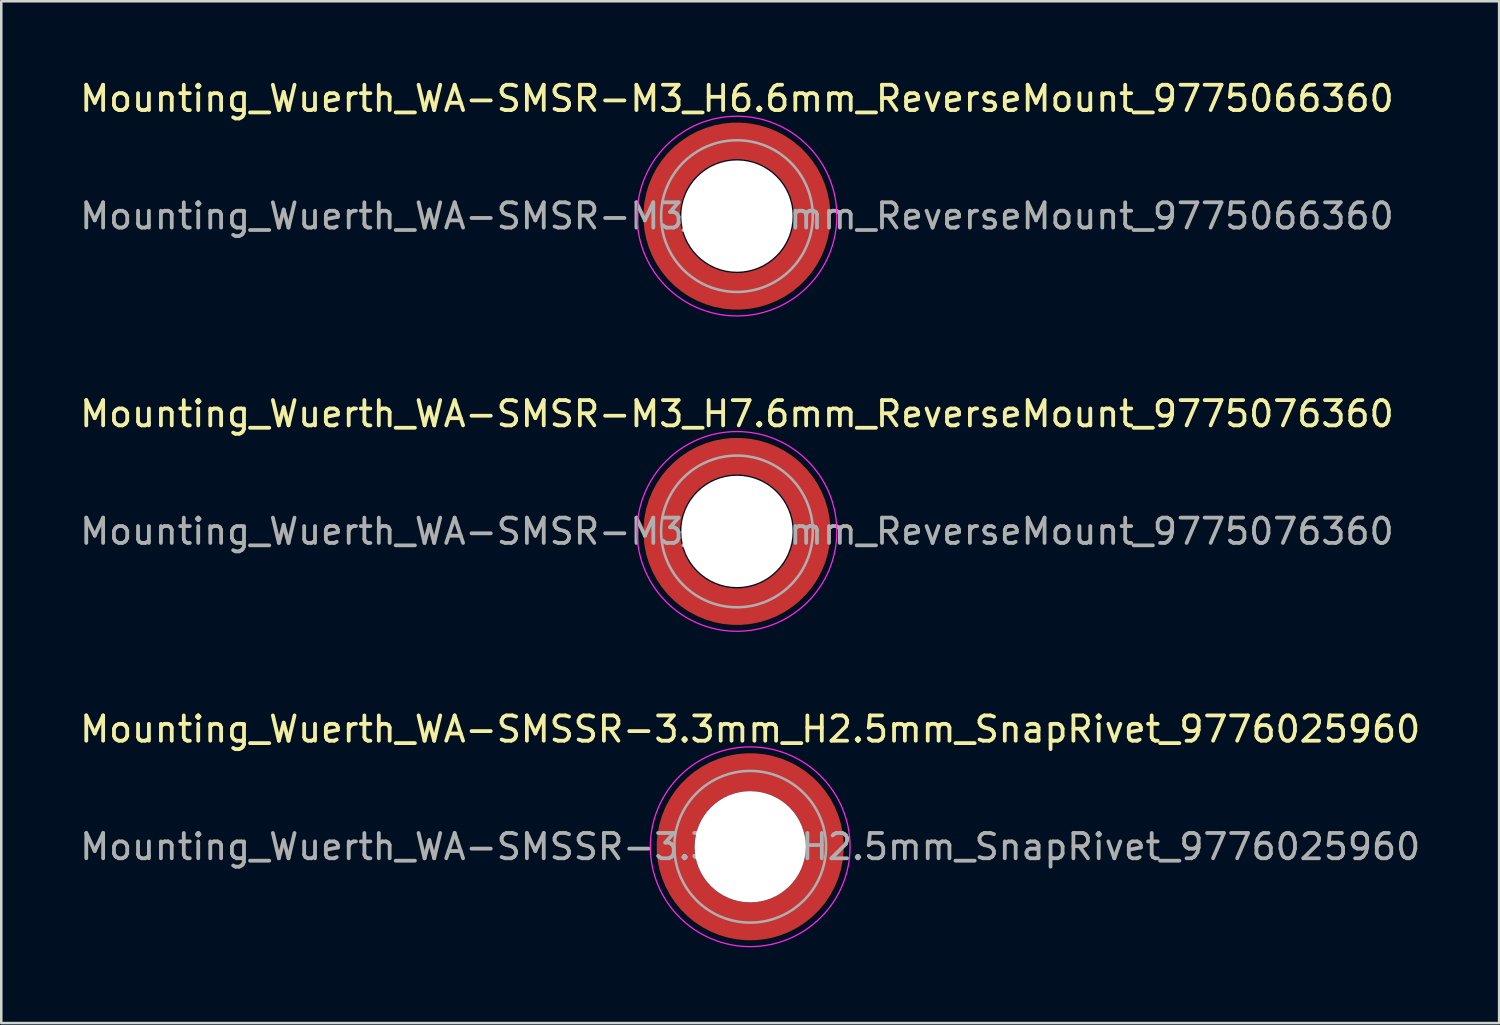
<source format=kicad_pcb>
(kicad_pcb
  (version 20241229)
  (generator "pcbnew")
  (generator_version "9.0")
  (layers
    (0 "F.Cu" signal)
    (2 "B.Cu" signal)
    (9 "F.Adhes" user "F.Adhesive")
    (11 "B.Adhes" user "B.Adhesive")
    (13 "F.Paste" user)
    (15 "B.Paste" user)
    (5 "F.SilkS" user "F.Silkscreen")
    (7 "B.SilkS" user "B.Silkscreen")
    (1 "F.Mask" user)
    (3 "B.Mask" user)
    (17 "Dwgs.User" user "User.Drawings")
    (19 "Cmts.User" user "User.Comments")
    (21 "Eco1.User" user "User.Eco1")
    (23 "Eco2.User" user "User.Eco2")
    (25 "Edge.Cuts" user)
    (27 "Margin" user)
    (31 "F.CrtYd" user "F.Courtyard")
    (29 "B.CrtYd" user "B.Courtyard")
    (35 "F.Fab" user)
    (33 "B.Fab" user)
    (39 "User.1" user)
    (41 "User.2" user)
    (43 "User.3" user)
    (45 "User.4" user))
  (footprint "Mounting_Wuerth_WA-SMSSR-3.3mm_H2.5mm_SnapRivet_9776025960"
    (layer "F.Cu")
    (at 26.625 30.445)
    (property "Reference" "Mounting_Wuerth_WA-SMSSR-3.3mm_H2.5mm_SnapRivet_9776025960" (at 0 -4.65 0) (layer "F.SilkS") (effects (font (size 1 1) (thickness 0.15))))
    (attr smd allow_soldermask_bridges)
    (fp_circle (center 0 0) (end 3.95 0) (stroke (width 0.05) (type solid)) (fill no) (layer "F.CrtYd"))
    (fp_circle (center 0 0) (end 3 0) (stroke (width 0.1) (type solid)) (fill no) (layer "F.Fab"))
    (fp_text user "${REFERENCE}" (at 0 0 0) (layer "F.Fab") (effects (font (size 1 1) (thickness 0.15))))
    (pad "" smd custom (at -2.077 -2.077) (size 0.698 0.698) (layers "F.Paste") (options (anchor circle)) (primitives (gr_arc (start -0.208831 1.577126) (mid 0.422496 0.422496) (end 1.577126 -0.208831) (width 0.2)) (gr_arc (start -0.310669 1.577126) (mid 0.35208 0.35208) (end 1.577126 -0.310669) (width 0.2)) (gr_arc (start -0.412325 1.577126) (mid 0.281664 0.281664) (end 1.577126 -0.412325) (width 0.2)) (gr_arc (start -0.51382 1.577126) (mid 0.211248 0.211248) (end 1.577126 -0.51382) (width 0.2)) (gr_arc (start -0.615172 1.577126) (mid 0.140832 0.140832) (end 1.577126 -0.615172) (width 0.2)) (gr_arc (start -0.716397 1.577126) (mid 0.070416 0.070416) (end 1.577126 -0.716397) (width 0.2)) (gr_arc (start -0.817508 1.577126) (mid 0 0) (end 1.577126 -0.817508) (width 0.2)) (gr_arc (start -0.918517 1.577126) (mid -0.070416 -0.070416) (end 1.577126 -0.918517) (width 0.2)) (gr_arc (start -1.019433 1.577126) (mid -0.140832 -0.140832) (end 1.577126 -1.019433) (width 0.2)) (gr_arc (start -1.120266 1.577126) (mid -0.211248 -0.211248) (end 1.577126 -1.120266) (width 0.2)) (gr_arc (start -1.221022 1.577126) (mid -0.281664 -0.281664) (end 1.577126 -1.221022) (width 0.2)) (gr_arc (start -1.32171 1.577126) (mid -0.35208 -0.35208) (end 1.577126 -1.32171) (width 0.2)) (gr_arc (start -1.422335 1.577126) (mid -0.422496 -0.422496) (end 1.577126 -1.422335) (width 0.2)) (gr_line (start 1.577 -0.209) (end 1.577 -1.422) (width 0.2)) (gr_line (start -0.209 1.577) (end -1.422 1.577) (width 0.2))))
    (pad "" smd custom (at -2.077 2.077) (size 0.698 0.698) (layers "F.Paste") (options (anchor circle)) (primitives (gr_arc (start 1.577126 0.208831) (mid 0.422496 -0.422496) (end -0.208831 -1.577126) (width 0.2)) (gr_arc (start 1.577126 0.310669) (mid 0.35208 -0.35208) (end -0.310669 -1.577126) (width 0.2)) (gr_arc (start 1.577126 0.412325) (mid 0.281664 -0.281664) (end -0.412325 -1.577126) (width 0.2)) (gr_arc (start 1.577126 0.51382) (mid 0.211248 -0.211248) (end -0.51382 -1.577126) (width 0.2)) (gr_arc (start 1.577126 0.615172) (mid 0.140832 -0.140832) (end -0.615172 -1.577126) (width 0.2)) (gr_arc (start 1.577126 0.716397) (mid 0.070416 -0.070416) (end -0.716397 -1.577126) (width 0.2)) (gr_arc (start 1.577126 0.817508) (mid 0 0) (end -0.817508 -1.577126) (width 0.2)) (gr_arc (start 1.577126 0.918517) (mid -0.070416 0.070416) (end -0.918517 -1.577126) (width 0.2)) (gr_arc (start 1.577126 1.019433) (mid -0.140832 0.140832) (end -1.019433 -1.577126) (width 0.2)) (gr_arc (start 1.577126 1.120266) (mid -0.211248 0.211248) (end -1.120266 -1.577126) (width 0.2)) (gr_arc (start 1.577126 1.221022) (mid -0.281664 0.281664) (end -1.221022 -1.577126) (width 0.2)) (gr_arc (start 1.577126 1.32171) (mid -0.35208 0.35208) (end -1.32171 -1.577126) (width 0.2)) (gr_arc (start 1.577126 1.422335) (mid -0.422496 0.422496) (end -1.422335 -1.577126) (width 0.2)) (gr_line (start -0.209 -1.577) (end -1.422 -1.577) (width 0.2)) (gr_line (start 1.577 0.209) (end 1.577 1.422) (width 0.2))))
    (pad "" np_thru_hole circle (at 0 0) (size 4.4 4.4) (drill 4.4) (layers "*.Cu" "*.Mask"))
    (pad "" smd custom (at 2.077 -2.077) (size 0.698 0.698) (layers "F.Paste") (options (anchor circle)) (primitives (gr_arc (start -1.577126 -0.208831) (mid -0.422496 0.422496) (end 0.208831 1.577126) (width 0.2)) (gr_arc (start -1.577126 -0.310669) (mid -0.35208 0.35208) (end 0.310669 1.577126) (width 0.2)) (gr_arc (start -1.577126 -0.412325) (mid -0.281664 0.281664) (end 0.412325 1.577126) (width 0.2)) (gr_arc (start -1.577126 -0.51382) (mid -0.211248 0.211248) (end 0.51382 1.577126) (width 0.2)) (gr_arc (start -1.577126 -0.615172) (mid -0.140832 0.140832) (end 0.615172 1.577126) (width 0.2)) (gr_arc (start -1.577126 -0.716397) (mid -0.070416 0.070416) (end 0.716397 1.577126) (width 0.2)) (gr_arc (start -1.577126 -0.817508) (mid 0 0) (end 0.817508 1.577126) (width 0.2)) (gr_arc (start -1.577126 -0.918517) (mid 0.070416 -0.070416) (end 0.918517 1.577126) (width 0.2)) (gr_arc (start -1.577126 -1.019433) (mid 0.140832 -0.140832) (end 1.019433 1.577126) (width 0.2)) (gr_arc (start -1.577126 -1.120266) (mid 0.211248 -0.211248) (end 1.120266 1.577126) (width 0.2)) (gr_arc (start -1.577126 -1.221022) (mid 0.281664 -0.281664) (end 1.221022 1.577126) (width 0.2)) (gr_arc (start -1.577126 -1.32171) (mid 0.35208 -0.35208) (end 1.32171 1.577126) (width 0.2)) (gr_arc (start -1.577126 -1.422335) (mid 0.422496 -0.422496) (end 1.422335 1.577126) (width 0.2)) (gr_line (start 0.209 1.577) (end 1.422 1.577) (width 0.2)) (gr_line (start -1.577 -0.209) (end -1.577 -1.422) (width 0.2))))
    (pad "" smd custom (at 2.077 2.077) (size 0.698 0.698) (layers "F.Paste") (options (anchor circle)) (primitives (gr_arc (start 0.208831 -1.577126) (mid -0.422496 -0.422496) (end -1.577126 0.208831) (width 0.2)) (gr_arc (start 0.310669 -1.577126) (mid -0.35208 -0.35208) (end -1.577126 0.310669) (width 0.2)) (gr_arc (start 0.412325 -1.577126) (mid -0.281664 -0.281664) (end -1.577126 0.412325) (width 0.2)) (gr_arc (start 0.51382 -1.577126) (mid -0.211248 -0.211248) (end -1.577126 0.51382) (width 0.2)) (gr_arc (start 0.615172 -1.577126) (mid -0.140832 -0.140832) (end -1.577126 0.615172) (width 0.2)) (gr_arc (start 0.716397 -1.577126) (mid -0.070416 -0.070416) (end -1.577126 0.716397) (width 0.2)) (gr_arc (start 0.817508 -1.577126) (mid 0 0) (end -1.577126 0.817508) (width 0.2)) (gr_arc (start 0.918517 -1.577126) (mid 0.070416 0.070416) (end -1.577126 0.918517) (width 0.2)) (gr_arc (start 1.019433 -1.577126) (mid 0.140832 0.140832) (end -1.577126 1.019433) (width 0.2)) (gr_arc (start 1.120266 -1.577126) (mid 0.211248 0.211248) (end -1.577126 1.120266) (width 0.2)) (gr_arc (start 1.221022 -1.577126) (mid 0.281664 0.281664) (end -1.577126 1.221022) (width 0.2)) (gr_arc (start 1.32171 -1.577126) (mid 0.35208 0.35208) (end -1.577126 1.32171) (width 0.2)) (gr_arc (start 1.422335 -1.577126) (mid 0.422496 0.422496) (end -1.577126 1.422335) (width 0.2)) (gr_line (start -1.577 0.209) (end -1.577 1.422) (width 0.2)) (gr_line (start 0.209 -1.577) (end 1.422 -1.577) (width 0.2))))
    (pad "1" smd circle (at -2.95 0) (size 0.992 0.992) (layers "F.Cu"))
    (pad "1" smd circle (at 0 -2.95) (size 0.992 0.992) (layers "F.Cu"))
    (pad "1" smd circle (at 0 2.95) (size 0.992 0.992) (layers "F.Cu"))
    (pad "1" smd custom (at 2.95 0) (size 1.5 1.5) (layers "F.Cu" "F.Mask") (options (anchor circle)) (primitives (gr_circle (center -2.95 0) (end 0 0) (width 1.5) (fill no)))))
  (footprint "Mounting_Wuerth_WA-SMSR-M3_H7.6mm_ReverseMount_9775076360"
    (layer "F.Cu")
    (at 26.101 17.971)
    (property "Reference" "Mounting_Wuerth_WA-SMSR-M3_H7.6mm_ReverseMount_9775076360" (at 0 -4.65 0) (layer "F.SilkS") (effects (font (size 1 1) (thickness 0.15))))
    (attr smd allow_soldermask_bridges)
    (fp_circle (center 0 0) (end 3.95 0) (stroke (width 0.05) (type solid)) (fill no) (layer "F.CrtYd"))
    (fp_circle (center 0 0) (end 3 0) (stroke (width 0.1) (type solid)) (fill no) (layer "F.Fab"))
    (fp_text user "${REFERENCE}" (at 0 0 0) (layer "F.Fab") (effects (font (size 1 1) (thickness 0.15))))
    (pad "" smd custom (at -2.095 -2.095) (size 0.672 0.672) (layers "F.Paste") (options (anchor circle)) (primitives (gr_arc (start -0.24231 1.594804) (mid 0.404819 0.404819) (end 1.594804 -0.24231) (width 0.2)) (gr_arc (start -0.3398 1.594804) (mid 0.337349 0.337349) (end 1.594804 -0.3398) (width 0.2)) (gr_arc (start -0.437132 1.594804) (mid 0.269879 0.269879) (end 1.594804 -0.437132) (width 0.2)) (gr_arc (start -0.534324 1.594804) (mid 0.202409 0.202409) (end 1.594804 -0.534324) (width 0.2)) (gr_arc (start -0.631391 1.594804) (mid 0.13494 0.13494) (end 1.594804 -0.631391) (width 0.2)) (gr_arc (start -0.728345 1.594804) (mid 0.06747 0.06747) (end 1.594804 -0.728345) (width 0.2)) (gr_arc (start -0.825197 1.594804) (mid 0 0) (end 1.594804 -0.825197) (width 0.2)) (gr_arc (start -0.921958 1.594804) (mid -0.06747 -0.06747) (end 1.594804 -0.921958) (width 0.2)) (gr_arc (start -1.018637 1.594804) (mid -0.13494 -0.13494) (end 1.594804 -1.018637) (width 0.2)) (gr_arc (start -1.115239 1.594804) (mid -0.202409 -0.202409) (end 1.594804 -1.115239) (width 0.2)) (gr_arc (start -1.211773 1.594804) (mid -0.269879 -0.269879) (end 1.594804 -1.211773) (width 0.2)) (gr_arc (start -1.308244 1.594804) (mid -0.337349 -0.337349) (end 1.594804 -1.308244) (width 0.2)) (gr_arc (start -1.404657 1.594804) (mid -0.404819 -0.404819) (end 1.594804 -1.404657) (width 0.2)) (gr_arc (start -1.404657 1.594804) (mid -0.404819 -0.404819) (end 1.594804 -1.404657) (width 0.2)) (gr_line (start 1.595 -0.242) (end 1.595 -1.405) (width 0.2)) (gr_line (start -0.242 1.595) (end -1.405 1.595) (width 0.2))))
    (pad "" smd custom (at -2.095 2.095) (size 0.672 0.672) (layers "F.Paste") (options (anchor circle)) (primitives (gr_arc (start 1.594804 0.24231) (mid 0.404819 -0.404819) (end -0.24231 -1.594804) (width 0.2)) (gr_arc (start 1.594804 0.3398) (mid 0.337349 -0.337349) (end -0.3398 -1.594804) (width 0.2)) (gr_arc (start 1.594804 0.437132) (mid 0.269879 -0.269879) (end -0.437132 -1.594804) (width 0.2)) (gr_arc (start 1.594804 0.534324) (mid 0.202409 -0.202409) (end -0.534324 -1.594804) (width 0.2)) (gr_arc (start 1.594804 0.631391) (mid 0.13494 -0.13494) (end -0.631391 -1.594804) (width 0.2)) (gr_arc (start 1.594804 0.728345) (mid 0.06747 -0.06747) (end -0.728345 -1.594804) (width 0.2)) (gr_arc (start 1.594804 0.825197) (mid 0 0) (end -0.825197 -1.594804) (width 0.2)) (gr_arc (start 1.594804 0.921958) (mid -0.06747 0.06747) (end -0.921958 -1.594804) (width 0.2)) (gr_arc (start 1.594804 1.018637) (mid -0.13494 0.13494) (end -1.018637 -1.594804) (width 0.2)) (gr_arc (start 1.594804 1.115239) (mid -0.202409 0.202409) (end -1.115239 -1.594804) (width 0.2)) (gr_arc (start 1.594804 1.211773) (mid -0.269879 0.269879) (end -1.211773 -1.594804) (width 0.2)) (gr_arc (start 1.594804 1.308244) (mid -0.337349 0.337349) (end -1.308244 -1.594804) (width 0.2)) (gr_arc (start 1.594804 1.404657) (mid -0.404819 0.404819) (end -1.404657 -1.594804) (width 0.2)) (gr_arc (start 1.594804 1.404657) (mid -0.404819 0.404819) (end -1.404657 -1.594804) (width 0.2)) (gr_line (start -0.242 -1.595) (end -1.405 -1.595) (width 0.2)) (gr_line (start 1.595 0.242) (end 1.595 1.405) (width 0.2))))
    (pad "" np_thru_hole circle (at 0 0) (size 4.4 4.4) (drill 4.4) (layers "*.Cu" "*.Mask"))
    (pad "" smd custom (at 2.095 -2.095) (size 0.672 0.672) (layers "F.Paste") (options (anchor circle)) (primitives (gr_arc (start -1.594804 -0.24231) (mid -0.404819 0.404819) (end 0.24231 1.594804) (width 0.2)) (gr_arc (start -1.594804 -0.3398) (mid -0.337349 0.337349) (end 0.3398 1.594804) (width 0.2)) (gr_arc (start -1.594804 -0.437132) (mid -0.269879 0.269879) (end 0.437132 1.594804) (width 0.2)) (gr_arc (start -1.594804 -0.534324) (mid -0.202409 0.202409) (end 0.534324 1.594804) (width 0.2)) (gr_arc (start -1.594804 -0.631391) (mid -0.13494 0.13494) (end 0.631391 1.594804) (width 0.2)) (gr_arc (start -1.594804 -0.728345) (mid -0.06747 0.06747) (end 0.728345 1.594804) (width 0.2)) (gr_arc (start -1.594804 -0.825197) (mid 0 0) (end 0.825197 1.594804) (width 0.2)) (gr_arc (start -1.594804 -0.921958) (mid 0.06747 -0.06747) (end 0.921958 1.594804) (width 0.2)) (gr_arc (start -1.594804 -1.018637) (mid 0.13494 -0.13494) (end 1.018637 1.594804) (width 0.2)) (gr_arc (start -1.594804 -1.115239) (mid 0.202409 -0.202409) (end 1.115239 1.594804) (width 0.2)) (gr_arc (start -1.594804 -1.211773) (mid 0.269879 -0.269879) (end 1.211773 1.594804) (width 0.2)) (gr_arc (start -1.594804 -1.308244) (mid 0.337349 -0.337349) (end 1.308244 1.594804) (width 0.2)) (gr_arc (start -1.594804 -1.404657) (mid 0.404819 -0.404819) (end 1.404657 1.594804) (width 0.2)) (gr_arc (start -1.594804 -1.404657) (mid 0.404819 -0.404819) (end 1.404657 1.594804) (width 0.2)) (gr_line (start 0.242 1.595) (end 1.405 1.595) (width 0.2)) (gr_line (start -1.595 -0.242) (end -1.595 -1.405) (width 0.2))))
    (pad "" smd custom (at 2.095 2.095) (size 0.672 0.672) (layers "F.Paste") (options (anchor circle)) (primitives (gr_arc (start 0.24231 -1.594804) (mid -0.404819 -0.404819) (end -1.594804 0.24231) (width 0.2)) (gr_arc (start 0.3398 -1.594804) (mid -0.337349 -0.337349) (end -1.594804 0.3398) (width 0.2)) (gr_arc (start 0.437132 -1.594804) (mid -0.269879 -0.269879) (end -1.594804 0.437132) (width 0.2)) (gr_arc (start 0.534324 -1.594804) (mid -0.202409 -0.202409) (end -1.594804 0.534324) (width 0.2)) (gr_arc (start 0.631391 -1.594804) (mid -0.13494 -0.13494) (end -1.594804 0.631391) (width 0.2)) (gr_arc (start 0.728345 -1.594804) (mid -0.06747 -0.06747) (end -1.594804 0.728345) (width 0.2)) (gr_arc (start 0.825197 -1.594804) (mid 0 0) (end -1.594804 0.825197) (width 0.2)) (gr_arc (start 0.921958 -1.594804) (mid 0.06747 0.06747) (end -1.594804 0.921958) (width 0.2)) (gr_arc (start 1.018637 -1.594804) (mid 0.13494 0.13494) (end -1.594804 1.018637) (width 0.2)) (gr_arc (start 1.115239 -1.594804) (mid 0.202409 0.202409) (end -1.594804 1.115239) (width 0.2)) (gr_arc (start 1.211773 -1.594804) (mid 0.269879 0.269879) (end -1.594804 1.211773) (width 0.2)) (gr_arc (start 1.308244 -1.594804) (mid 0.337349 0.337349) (end -1.594804 1.308244) (width 0.2)) (gr_arc (start 1.404657 -1.594804) (mid 0.404819 0.404819) (end -1.594804 1.404657) (width 0.2)) (gr_arc (start 1.404657 -1.594804) (mid 0.404819 0.404819) (end -1.594804 1.404657) (width 0.2)) (gr_line (start -1.595 0.242) (end -1.595 1.405) (width 0.2)) (gr_line (start 0.242 -1.595) (end 1.405 -1.595) (width 0.2))))
    (pad "1" smd circle (at -2.975 0) (size 0.942 0.942) (layers "F.Cu"))
    (pad "1" smd circle (at 0 -2.975) (size 0.942 0.942) (layers "F.Cu"))
    (pad "1" smd circle (at 0 2.975) (size 0.942 0.942) (layers "F.Cu"))
    (pad "1" smd custom (at 2.975 0) (size 1.45 1.45) (layers "F.Cu" "F.Mask") (options (anchor circle)) (primitives (gr_circle (center -2.975 0) (end 0 0) (width 1.45) (fill no)))))
  (footprint "Mounting_Wuerth_WA-SMSR-M3_H6.6mm_ReverseMount_9775066360"
    (layer "F.Cu")
    (at 26.101 5.498)
    (property "Reference" "Mounting_Wuerth_WA-SMSR-M3_H6.6mm_ReverseMount_9775066360" (at 0 -4.65 0) (layer "F.SilkS") (effects (font (size 1 1) (thickness 0.15))))
    (attr smd allow_soldermask_bridges)
    (fp_circle (center 0 0) (end 3.95 0) (stroke (width 0.05) (type solid)) (fill no) (layer "F.CrtYd"))
    (fp_circle (center 0 0) (end 3 0) (stroke (width 0.1) (type solid)) (fill no) (layer "F.Fab"))
    (fp_text user "${REFERENCE}" (at 0 0 0) (layer "F.Fab") (effects (font (size 1 1) (thickness 0.15))))
    (pad "" smd custom (at -2.095 -2.095) (size 0.672 0.672) (layers "F.Paste") (options (anchor circle)) (primitives (gr_arc (start -0.24231 1.594804) (mid 0.404819 0.404819) (end 1.594804 -0.24231) (width 0.2)) (gr_arc (start -0.3398 1.594804) (mid 0.337349 0.337349) (end 1.594804 -0.3398) (width 0.2)) (gr_arc (start -0.437132 1.594804) (mid 0.269879 0.269879) (end 1.594804 -0.437132) (width 0.2)) (gr_arc (start -0.534324 1.594804) (mid 0.202409 0.202409) (end 1.594804 -0.534324) (width 0.2)) (gr_arc (start -0.631391 1.594804) (mid 0.13494 0.13494) (end 1.594804 -0.631391) (width 0.2)) (gr_arc (start -0.728345 1.594804) (mid 0.06747 0.06747) (end 1.594804 -0.728345) (width 0.2)) (gr_arc (start -0.825197 1.594804) (mid 0 0) (end 1.594804 -0.825197) (width 0.2)) (gr_arc (start -0.921958 1.594804) (mid -0.06747 -0.06747) (end 1.594804 -0.921958) (width 0.2)) (gr_arc (start -1.018637 1.594804) (mid -0.13494 -0.13494) (end 1.594804 -1.018637) (width 0.2)) (gr_arc (start -1.115239 1.594804) (mid -0.202409 -0.202409) (end 1.594804 -1.115239) (width 0.2)) (gr_arc (start -1.211773 1.594804) (mid -0.269879 -0.269879) (end 1.594804 -1.211773) (width 0.2)) (gr_arc (start -1.308244 1.594804) (mid -0.337349 -0.337349) (end 1.594804 -1.308244) (width 0.2)) (gr_arc (start -1.404657 1.594804) (mid -0.404819 -0.404819) (end 1.594804 -1.404657) (width 0.2)) (gr_arc (start -1.404657 1.594804) (mid -0.404819 -0.404819) (end 1.594804 -1.404657) (width 0.2)) (gr_line (start 1.595 -0.242) (end 1.595 -1.405) (width 0.2)) (gr_line (start -0.242 1.595) (end -1.405 1.595) (width 0.2))))
    (pad "" smd custom (at -2.095 2.095) (size 0.672 0.672) (layers "F.Paste") (options (anchor circle)) (primitives (gr_arc (start 1.594804 0.24231) (mid 0.404819 -0.404819) (end -0.24231 -1.594804) (width 0.2)) (gr_arc (start 1.594804 0.3398) (mid 0.337349 -0.337349) (end -0.3398 -1.594804) (width 0.2)) (gr_arc (start 1.594804 0.437132) (mid 0.269879 -0.269879) (end -0.437132 -1.594804) (width 0.2)) (gr_arc (start 1.594804 0.534324) (mid 0.202409 -0.202409) (end -0.534324 -1.594804) (width 0.2)) (gr_arc (start 1.594804 0.631391) (mid 0.13494 -0.13494) (end -0.631391 -1.594804) (width 0.2)) (gr_arc (start 1.594804 0.728345) (mid 0.06747 -0.06747) (end -0.728345 -1.594804) (width 0.2)) (gr_arc (start 1.594804 0.825197) (mid 0 0) (end -0.825197 -1.594804) (width 0.2)) (gr_arc (start 1.594804 0.921958) (mid -0.06747 0.06747) (end -0.921958 -1.594804) (width 0.2)) (gr_arc (start 1.594804 1.018637) (mid -0.13494 0.13494) (end -1.018637 -1.594804) (width 0.2)) (gr_arc (start 1.594804 1.115239) (mid -0.202409 0.202409) (end -1.115239 -1.594804) (width 0.2)) (gr_arc (start 1.594804 1.211773) (mid -0.269879 0.269879) (end -1.211773 -1.594804) (width 0.2)) (gr_arc (start 1.594804 1.308244) (mid -0.337349 0.337349) (end -1.308244 -1.594804) (width 0.2)) (gr_arc (start 1.594804 1.404657) (mid -0.404819 0.404819) (end -1.404657 -1.594804) (width 0.2)) (gr_arc (start 1.594804 1.404657) (mid -0.404819 0.404819) (end -1.404657 -1.594804) (width 0.2)) (gr_line (start -0.242 -1.595) (end -1.405 -1.595) (width 0.2)) (gr_line (start 1.595 0.242) (end 1.595 1.405) (width 0.2))))
    (pad "" np_thru_hole circle (at 0 0) (size 4.4 4.4) (drill 4.4) (layers "*.Cu" "*.Mask"))
    (pad "" smd custom (at 2.095 -2.095) (size 0.672 0.672) (layers "F.Paste") (options (anchor circle)) (primitives (gr_arc (start -1.594804 -0.24231) (mid -0.404819 0.404819) (end 0.24231 1.594804) (width 0.2)) (gr_arc (start -1.594804 -0.3398) (mid -0.337349 0.337349) (end 0.3398 1.594804) (width 0.2)) (gr_arc (start -1.594804 -0.437132) (mid -0.269879 0.269879) (end 0.437132 1.594804) (width 0.2)) (gr_arc (start -1.594804 -0.534324) (mid -0.202409 0.202409) (end 0.534324 1.594804) (width 0.2)) (gr_arc (start -1.594804 -0.631391) (mid -0.13494 0.13494) (end 0.631391 1.594804) (width 0.2)) (gr_arc (start -1.594804 -0.728345) (mid -0.06747 0.06747) (end 0.728345 1.594804) (width 0.2)) (gr_arc (start -1.594804 -0.825197) (mid 0 0) (end 0.825197 1.594804) (width 0.2)) (gr_arc (start -1.594804 -0.921958) (mid 0.06747 -0.06747) (end 0.921958 1.594804) (width 0.2)) (gr_arc (start -1.594804 -1.018637) (mid 0.13494 -0.13494) (end 1.018637 1.594804) (width 0.2)) (gr_arc (start -1.594804 -1.115239) (mid 0.202409 -0.202409) (end 1.115239 1.594804) (width 0.2)) (gr_arc (start -1.594804 -1.211773) (mid 0.269879 -0.269879) (end 1.211773 1.594804) (width 0.2)) (gr_arc (start -1.594804 -1.308244) (mid 0.337349 -0.337349) (end 1.308244 1.594804) (width 0.2)) (gr_arc (start -1.594804 -1.404657) (mid 0.404819 -0.404819) (end 1.404657 1.594804) (width 0.2)) (gr_arc (start -1.594804 -1.404657) (mid 0.404819 -0.404819) (end 1.404657 1.594804) (width 0.2)) (gr_line (start 0.242 1.595) (end 1.405 1.595) (width 0.2)) (gr_line (start -1.595 -0.242) (end -1.595 -1.405) (width 0.2))))
    (pad "" smd custom (at 2.095 2.095) (size 0.672 0.672) (layers "F.Paste") (options (anchor circle)) (primitives (gr_arc (start 0.24231 -1.594804) (mid -0.404819 -0.404819) (end -1.594804 0.24231) (width 0.2)) (gr_arc (start 0.3398 -1.594804) (mid -0.337349 -0.337349) (end -1.594804 0.3398) (width 0.2)) (gr_arc (start 0.437132 -1.594804) (mid -0.269879 -0.269879) (end -1.594804 0.437132) (width 0.2)) (gr_arc (start 0.534324 -1.594804) (mid -0.202409 -0.202409) (end -1.594804 0.534324) (width 0.2)) (gr_arc (start 0.631391 -1.594804) (mid -0.13494 -0.13494) (end -1.594804 0.631391) (width 0.2)) (gr_arc (start 0.728345 -1.594804) (mid -0.06747 -0.06747) (end -1.594804 0.728345) (width 0.2)) (gr_arc (start 0.825197 -1.594804) (mid 0 0) (end -1.594804 0.825197) (width 0.2)) (gr_arc (start 0.921958 -1.594804) (mid 0.06747 0.06747) (end -1.594804 0.921958) (width 0.2)) (gr_arc (start 1.018637 -1.594804) (mid 0.13494 0.13494) (end -1.594804 1.018637) (width 0.2)) (gr_arc (start 1.115239 -1.594804) (mid 0.202409 0.202409) (end -1.594804 1.115239) (width 0.2)) (gr_arc (start 1.211773 -1.594804) (mid 0.269879 0.269879) (end -1.594804 1.211773) (width 0.2)) (gr_arc (start 1.308244 -1.594804) (mid 0.337349 0.337349) (end -1.594804 1.308244) (width 0.2)) (gr_arc (start 1.404657 -1.594804) (mid 0.404819 0.404819) (end -1.594804 1.404657) (width 0.2)) (gr_arc (start 1.404657 -1.594804) (mid 0.404819 0.404819) (end -1.594804 1.404657) (width 0.2)) (gr_line (start -1.595 0.242) (end -1.595 1.405) (width 0.2)) (gr_line (start 0.242 -1.595) (end 1.405 -1.595) (width 0.2))))
    (pad "1" smd circle (at -2.975 0) (size 0.942 0.942) (layers "F.Cu"))
    (pad "1" smd circle (at 0 -2.975) (size 0.942 0.942) (layers "F.Cu"))
    (pad "1" smd circle (at 0 2.975) (size 0.942 0.942) (layers "F.Cu"))
    (pad "1" smd custom (at 2.975 0) (size 1.45 1.45) (layers "F.Cu" "F.Mask") (options (anchor circle)) (primitives (gr_circle (center -2.975 0) (end 0 0) (width 1.45) (fill no)))))
  (gr_rect
    (start -3 -3)
    (end 56.25 37.42)
    (stroke (width 0.1) (type default))
    (fill no)
    (layer "Edge.Cuts")))
</source>
